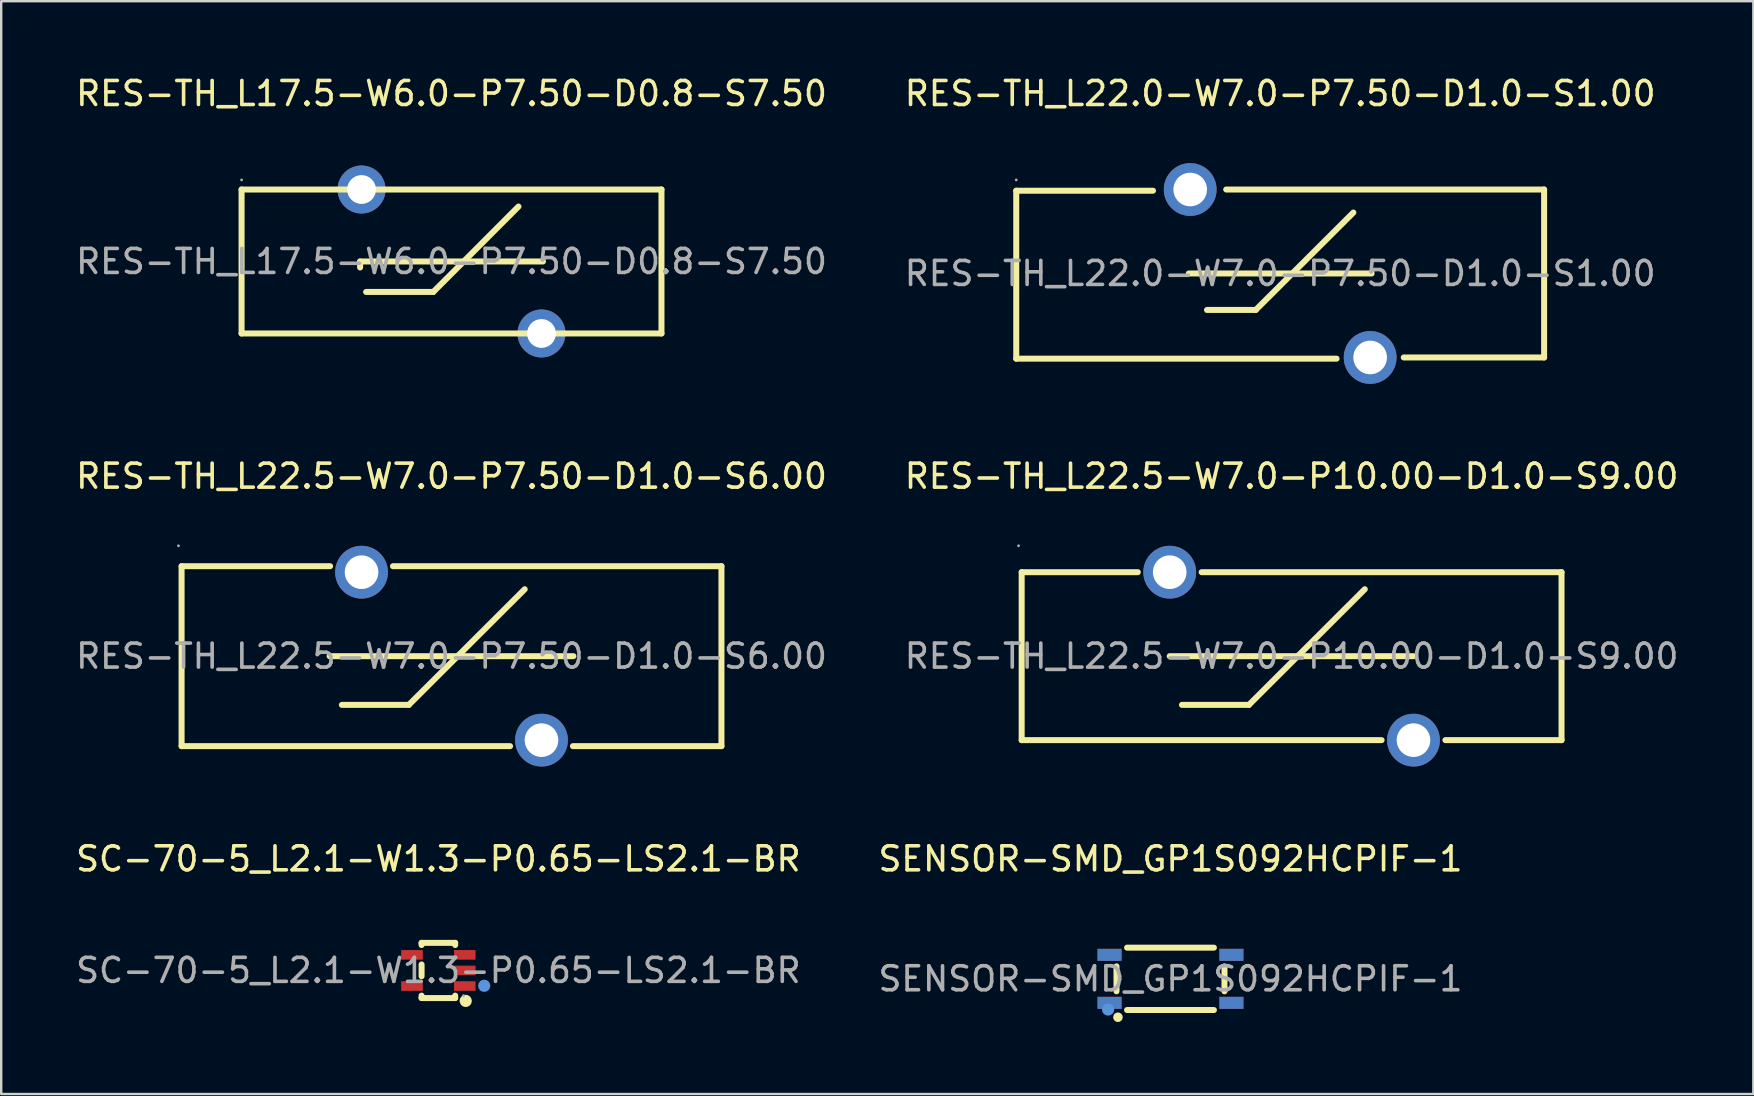
<source format=kicad_pcb>
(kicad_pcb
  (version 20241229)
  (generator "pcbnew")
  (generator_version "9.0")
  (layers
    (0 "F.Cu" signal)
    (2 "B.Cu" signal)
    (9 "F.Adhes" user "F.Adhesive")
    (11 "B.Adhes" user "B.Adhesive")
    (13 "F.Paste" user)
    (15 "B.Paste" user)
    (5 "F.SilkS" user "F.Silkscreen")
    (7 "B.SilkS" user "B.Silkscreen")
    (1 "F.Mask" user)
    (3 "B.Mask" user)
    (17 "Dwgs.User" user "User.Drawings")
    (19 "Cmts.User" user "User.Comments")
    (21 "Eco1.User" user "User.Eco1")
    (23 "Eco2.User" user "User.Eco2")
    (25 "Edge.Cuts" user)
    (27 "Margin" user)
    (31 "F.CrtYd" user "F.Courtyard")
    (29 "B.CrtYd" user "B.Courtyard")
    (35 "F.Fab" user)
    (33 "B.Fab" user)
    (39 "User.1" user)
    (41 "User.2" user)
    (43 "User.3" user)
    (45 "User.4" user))
  (footprint "RES-TH_L22.0-W7.0-P7.50-D1.0-S1.00"
    (layer "F.Cu")
    (at 50.304 8.348)
    (property "Reference" "RES-TH_L22.0-W7.0-P7.50-D1.0-S1.00" (at 0 -7.5 0) (layer "F.SilkS") (effects (font (size 1 1) (thickness 0.15))))
    (attr through_hole)
    (fp_line (start -11 -3.45) (end -11 3.55) (stroke (width 0.25) (type solid)) (layer "F.SilkS"))
    (fp_line (start -11 3.55) (end 2.35 3.55) (stroke (width 0.25) (type solid)) (layer "F.SilkS"))
    (fp_line (start -5.3 -3.45) (end -11 -3.45) (stroke (width 0.25) (type solid)) (layer "F.SilkS"))
    (fp_line (start -3.81 0) (end 3.81 0) (stroke (width 0.25) (type solid)) (layer "F.SilkS"))
    (fp_line (start -3.05 1.52) (end -1.02 1.52) (stroke (width 0.25) (type solid)) (layer "F.SilkS"))
    (fp_line (start -2.25 -3.5) (end 11 -3.5) (stroke (width 0.25) (type solid)) (layer "F.SilkS"))
    (fp_line (start -1.02 1.52) (end 3.05 -2.54) (stroke (width 0.25) (type solid)) (layer "F.SilkS"))
    (fp_line (start 11 -3.5) (end 11 3.5) (stroke (width 0.25) (type solid)) (layer "F.SilkS"))
    (fp_line (start 11 3.5) (end 5.15 3.5) (stroke (width 0.25) (type solid)) (layer "F.SilkS"))
    (fp_circle (center -11 -3.9) (end -10.97 -3.9) (stroke (width 0.06) (type solid)) (fill no) (layer "F.Fab"))
    (fp_circle (center -3.75 -3.5) (end -3.55 -3.5) (stroke (width 0.4) (type solid)) (fill no) (layer "F.Fab"))
    (fp_circle (center 3.75 3.5) (end 3.95 3.5) (stroke (width 0.4) (type solid)) (fill no) (layer "F.Fab"))
    (fp_text user "${REFERENCE}" (at 0 0 0) (layer "F.Fab") (effects (font (size 1 1) (thickness 0.15))))
    (pad "1" thru_hole circle (at -3.75 -3.5) (size 2.2 2.2) (drill 1.4) (layers "*.Cu" "*.Paste" "*.Mask"))
    (pad "2" thru_hole circle (at 3.75 3.5) (size 2.2 2.2) (drill 1.4) (layers "*.Cu" "*.Paste" "*.Mask")))
  (footprint "SC-70-5_L2.1-W1.3-P0.65-LS2.1-BR"
    (layer "F.Cu")
    (at 15.22 37.395)
    (property "Reference" "SC-70-5_L2.1-W1.3-P0.65-LS2.1-BR" (at 0 -4.65 0) (layer "F.SilkS") (effects (font (size 1 1) (thickness 0.15))))
    (attr through_hole)
    (fp_line (start -0.7 -1.15) (end 0.7 -1.15) (stroke (width 0.25) (type solid)) (layer "F.SilkS"))
    (fp_line (start -0.7 -1.06) (end -0.7 -1.15) (stroke (width 0.25) (type solid)) (layer "F.SilkS"))
    (fp_line (start -0.7 0.24) (end -0.7 -0.25) (stroke (width 0.25) (type solid)) (layer "F.SilkS"))
    (fp_line (start -0.7 1.15) (end -0.7 1.05) (stroke (width 0.25) (type solid)) (layer "F.SilkS"))
    (fp_line (start -0.7 1.15) (end 0.7 1.15) (stroke (width 0.25) (type solid)) (layer "F.SilkS"))
    (fp_line (start 0.7 -1.06) (end 0.7 -1.15) (stroke (width 0.25) (type solid)) (layer "F.SilkS"))
    (fp_line (start 0.7 1.15) (end 0.7 1.05) (stroke (width 0.25) (type solid)) (layer "F.SilkS"))
    (fp_circle (center 1.14 1.27) (end 1.27 1.27) (stroke (width 0.25) (type solid)) (fill no) (layer "F.SilkS"))
    (fp_circle (center 1.91 0.64) (end 2.04 0.64) (stroke (width 0.25) (type solid)) (fill no) (layer "Cmts.User"))
    (fp_circle (center 1.05 1.05) (end 1.08 1.05) (stroke (width 0.06) (type solid)) (fill no) (layer "F.Fab"))
    (fp_text user "${REFERENCE}" (at 0 0 0) (layer "F.Fab") (effects (font (size 1 1) (thickness 0.15))))
    (pad "1" smd rect (at 1.1 0.65 90) (size 0.4 0.9) (layers "F.Cu" "F.Mask" "F.Paste"))
    (pad "2" smd rect (at 1.1 0 90) (size 0.4 0.9) (layers "F.Cu" "F.Mask" "F.Paste"))
    (pad "3" smd rect (at 1.1 -0.65 90) (size 0.4 0.9) (layers "F.Cu" "F.Mask" "F.Paste"))
    (pad "4" smd rect (at -1.1 -0.65 90) (size 0.4 0.9) (layers "F.Cu" "F.Mask" "F.Paste"))
    (pad "5" smd rect (at -1.1 0.65 90) (size 0.4 0.9) (layers "F.Cu" "F.Mask" "F.Paste")))
  (footprint "SENSOR-SMD_GP1S092HCPIF-1"
    (layer "F.Cu")
    (at 45.732 37.745)
    (property "Reference" "SENSOR-SMD_GP1S092HCPIF-1" (at 0 -5 0) (layer "F.SilkS") (effects (font (size 1 1) (thickness 0.15))))
    (attr through_hole)
    (fp_line (start -2.25 -0.52) (end -2.25 0.52) (stroke (width 0.25) (type solid)) (layer "F.SilkS"))
    (fp_line (start -1.81 -1.3) (end 1.81 -1.3) (stroke (width 0.25) (type solid)) (layer "F.SilkS"))
    (fp_line (start -1.81 1.3) (end 1.81 1.3) (stroke (width 0.25) (type solid)) (layer "F.SilkS"))
    (fp_line (start 2.25 -0.52) (end 2.25 0.52) (stroke (width 0.25) (type solid)) (layer "F.SilkS"))
    (fp_circle (center -2.19 1.6) (end -2.09 1.6) (stroke (width 0.2) (type solid)) (fill no) (layer "F.SilkS"))
    (fp_circle (center -2.6 1.28) (end -2.47 1.28) (stroke (width 0.25) (type solid)) (fill no) (layer "Cmts.User"))
    (fp_circle (center -2.75 1.3) (end -2.72 1.3) (stroke (width 0.06) (type solid)) (fill no) (layer "F.Fab"))
    (fp_text user "${REFERENCE}" (at 0 0 0) (layer "F.Fab") (effects (font (size 1 1) (thickness 0.15))))
    (pad "1" thru_hole rect (at -2.54 1 90) (size 0.5 1) (drill 0.000051) (layers "F.Cu" "F.Mask" "F.Paste"))
    (pad "2" thru_hole rect (at 2.54 1 90) (size 0.5 1) (drill 0.000051) (layers "F.Cu" "F.Mask" "F.Paste"))
    (pad "3" thru_hole rect (at 2.54 -1 90) (size 0.5 1) (drill 0.000051) (layers "F.Cu" "F.Mask" "F.Paste"))
    (pad "4" thru_hole rect (at -2.54 -1 90) (size 0.5 1) (drill 0.000051) (layers "F.Cu" "F.Mask" "F.Paste")))
  (footprint "RES-TH_L22.5-W7.0-P10.00-D1.0-S9.00"
    (layer "F.Cu")
    (at 50.78 24.297)
    (property "Reference" "RES-TH_L22.5-W7.0-P10.00-D1.0-S9.00" (at 0 -7.5 0) (layer "F.SilkS") (effects (font (size 1 1) (thickness 0.15))))
    (attr through_hole)
    (fp_line (start -11.25 -3.5) (end -11.25 3.5) (stroke (width 0.25) (type solid)) (layer "F.SilkS"))
    (fp_line (start -11.25 3.5) (end 3.75 3.5) (stroke (width 0.25) (type solid)) (layer "F.SilkS"))
    (fp_line (start -6.41 -3.5) (end -11.25 -3.5) (stroke (width 0.25) (type solid)) (layer "F.SilkS"))
    (fp_line (start -5.08 0) (end 5.08 0) (stroke (width 0.25) (type solid)) (layer "F.SilkS"))
    (fp_line (start -4.57 2.03) (end -1.78 2.03) (stroke (width 0.25) (type solid)) (layer "F.SilkS"))
    (fp_line (start -1.78 2.03) (end 3.05 -2.79) (stroke (width 0.25) (type solid)) (layer "F.SilkS"))
    (fp_line (start 6.41 3.5) (end 11.25 3.5) (stroke (width 0.25) (type solid)) (layer "F.SilkS"))
    (fp_line (start 11.25 -3.5) (end -3.75 -3.5) (stroke (width 0.25) (type solid)) (layer "F.SilkS"))
    (fp_line (start 11.25 3.5) (end 11.25 -3.5) (stroke (width 0.25) (type solid)) (layer "F.SilkS"))
    (fp_circle (center -11.38 -4.6) (end -11.35 -4.6) (stroke (width 0.06) (type solid)) (fill no) (layer "F.Fab"))
    (fp_circle (center -5.08 -3.5) (end -4.78 -3.5) (stroke (width 0.6) (type solid)) (fill no) (layer "F.Fab"))
    (fp_circle (center 5.08 3.5) (end 5.38 3.5) (stroke (width 0.6) (type solid)) (fill no) (layer "F.Fab"))
    (fp_text user "${REFERENCE}" (at 0 0 0) (layer "F.Fab") (effects (font (size 1 1) (thickness 0.15))))
    (pad "1" thru_hole circle (at -5.08 -3.5) (size 2.2 2.2) (drill 1.4) (layers "*.Cu" "*.Paste" "*.Mask"))
    (pad "2" thru_hole circle (at 5.08 3.5) (size 2.2 2.2) (drill 1.4) (layers "*.Cu" "*.Paste" "*.Mask")))
  (footprint "RES-TH_L17.5-W6.0-P7.50-D0.8-S7.50"
    (layer "F.Cu")
    (at 15.768 7.848)
    (property "Reference" "RES-TH_L17.5-W6.0-P7.50-D0.8-S7.50" (at 0 -7 0) (layer "F.SilkS") (effects (font (size 1 1) (thickness 0.15))))
    (attr through_hole)
    (fp_line (start -8.75 -3) (end -8.75 3) (stroke (width 0.25) (type solid)) (layer "F.SilkS"))
    (fp_line (start -8.75 -3) (end 8.75 -3) (stroke (width 0.25) (type solid)) (layer "F.SilkS"))
    (fp_line (start -3.81 0) (end 3.81 0) (stroke (width 0.25) (type solid)) (layer "F.SilkS"))
    (fp_line (start -3.81 0.25) (end -3.81 0) (stroke (width 0.25) (type solid)) (layer "F.SilkS"))
    (fp_line (start -3.56 1.27) (end -0.76 1.27) (stroke (width 0.25) (type solid)) (layer "F.SilkS"))
    (fp_line (start -0.76 1.27) (end 2.79 -2.29) (stroke (width 0.25) (type solid)) (layer "F.SilkS"))
    (fp_line (start 8.75 3) (end -8.75 3) (stroke (width 0.25) (type solid)) (layer "F.SilkS"))
    (fp_line (start 8.75 3) (end 8.75 -3) (stroke (width 0.25) (type solid)) (layer "F.SilkS"))
    (fp_circle (center -8.75 -3.4) (end -8.72 -3.4) (stroke (width 0.06) (type solid)) (fill no) (layer "F.Fab"))
    (fp_circle (center -3.75 -3) (end -3.55 -3) (stroke (width 0.4) (type solid)) (fill no) (layer "F.Fab"))
    (fp_circle (center 3.75 3) (end 3.95 3) (stroke (width 0.4) (type solid)) (fill no) (layer "F.Fab"))
    (fp_text user "${REFERENCE}" (at 0 0 0) (layer "F.Fab") (effects (font (size 1 1) (thickness 0.15))))
    (pad "1" thru_hole circle (at -3.75 -3) (size 2 2) (drill 1.2) (layers "*.Cu" "*.Paste" "*.Mask"))
    (pad "2" thru_hole circle (at 3.75 3) (size 2 2) (drill 1.2) (layers "*.Cu" "*.Paste" "*.Mask")))
  (footprint "RES-TH_L22.5-W7.0-P7.50-D1.0-S6.00"
    (layer "F.Cu")
    (at 15.768 24.297)
    (property "Reference" "RES-TH_L22.5-W7.0-P7.50-D1.0-S6.00" (at 0 -7.5 0) (layer "F.SilkS") (effects (font (size 1 1) (thickness 0.15))))
    (attr through_hole)
    (fp_line (start -11.25 -3.75) (end -11.25 3.75) (stroke (width 0.25) (type solid)) (layer "F.SilkS"))
    (fp_line (start -11.25 -3.75) (end -5.06 -3.75) (stroke (width 0.25) (type solid)) (layer "F.SilkS"))
    (fp_line (start -5.08 0) (end 5.08 0) (stroke (width 0.25) (type solid)) (layer "F.SilkS"))
    (fp_line (start -4.57 2.03) (end -1.78 2.03) (stroke (width 0.25) (type solid)) (layer "F.SilkS"))
    (fp_line (start -2.44 -3.75) (end 11.25 -3.75) (stroke (width 0.25) (type solid)) (layer "F.SilkS"))
    (fp_line (start -1.78 2.03) (end 3.05 -2.79) (stroke (width 0.25) (type solid)) (layer "F.SilkS"))
    (fp_line (start 2.44 3.75) (end -11.25 3.75) (stroke (width 0.25) (type solid)) (layer "F.SilkS"))
    (fp_line (start 11.25 3.75) (end 5.06 3.75) (stroke (width 0.25) (type solid)) (layer "F.SilkS"))
    (fp_line (start 11.25 3.75) (end 11.25 -3.75) (stroke (width 0.25) (type solid)) (layer "F.SilkS"))
    (fp_circle (center -11.38 -4.6) (end -11.35 -4.6) (stroke (width 0.06) (type solid)) (fill no) (layer "F.Fab"))
    (fp_circle (center -3.75 -3.5) (end -3.45 -3.5) (stroke (width 0.6) (type solid)) (fill no) (layer "F.Fab"))
    (fp_circle (center 3.75 3.5) (end 4.05 3.5) (stroke (width 0.6) (type solid)) (fill no) (layer "F.Fab"))
    (fp_text user "${REFERENCE}" (at 0 0 0) (layer "F.Fab") (effects (font (size 1 1) (thickness 0.15))))
    (pad "1" thru_hole circle (at -3.75 -3.5) (size 2.2 2.2) (drill 1.4) (layers "*.Cu" "*.Paste" "*.Mask"))
    (pad "2" thru_hole circle (at 3.75 3.5) (size 2.2 2.2) (drill 1.4) (layers "*.Cu" "*.Paste" "*.Mask")))
  (gr_rect
    (start -3 -3)
    (end 70.024 42.545)
    (stroke (width 0.1) (type default))
    (fill no)
    (layer "Edge.Cuts")))
</source>
